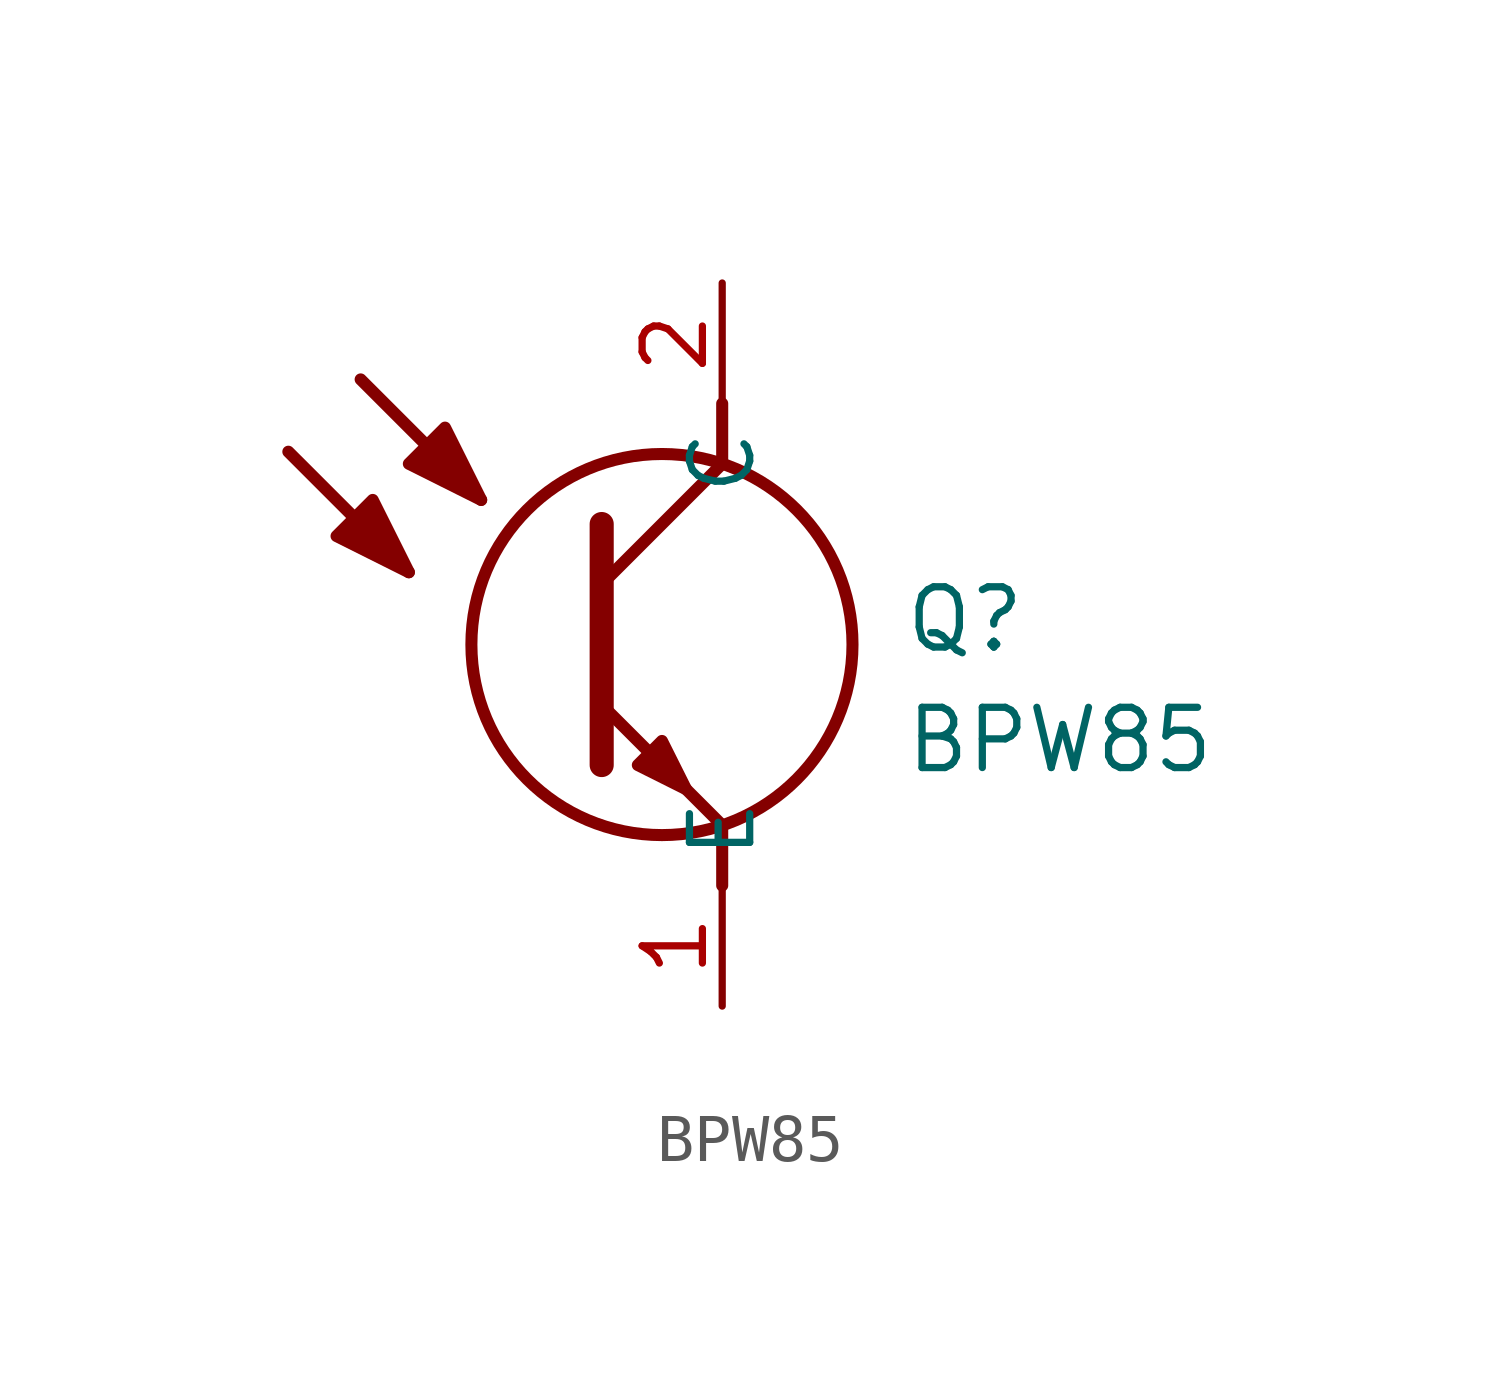
<source format=kicad_sym>
(kicad_symbol_lib
  (version 20211014)
  (generator SamacSys_ECAD_Model)
  (symbol "BPW85"
    (property "Reference" "Q"
      (at 3.81 -6.35 0)
      (effects (font (size 1.27 1.27)) (justify left top)))
    (property "Value" "BPW85"
      (at 3.81 -8.89 0)
      (effects (font (size 1.27 1.27)) (justify left top)))
    (polyline
      (pts (xy -2.54 -5.08) (xy -2.54 -10.16))
      (stroke (width 0.508) (type default))
      (fill (type none)))
    (polyline
      (pts (xy -2.54 -6.35) (xy 0 -3.81))
      (stroke (width 0.254) (type default))
      (fill (type none)))
    (polyline
      (pts (xy 0 -11.43) (xy 0 -12.7))
      (stroke (width 0.254) (type default))
      (fill (type none)))
    (polyline
      (pts (xy 0 -3.81) (xy 0 -2.54))
      (stroke (width 0.254) (type default))
      (fill (type none)))
    (polyline
      (pts (xy -2.54 -8.89) (xy 0 -11.43))
      (stroke (width 0.254) (type default))
      (fill (type none)))
    (polyline
      (pts (xy -7.62 -2.032) (xy -5.08 -4.572))
      (stroke (width 0.254) (type default))
      (fill (type none)))
    (polyline
      (pts (xy -9.144 -3.556) (xy -6.604 -6.096))
      (stroke (width 0.254) (type default))
      (fill (type none)))
    (circle
      (center -1.27 -7.62)
      (radius 4.016)
      (stroke (width 0.254) (type default))
      (fill (type none)))
    (polyline
      (pts (xy -1.778 -10.16) (xy -1.27 -9.652) (xy -0.762 -10.668) (xy -1.778 -10.16))
      (stroke (width 0.254) (type default))
      (fill (type outline)))
    (polyline
      (pts (xy -8.128 -5.334) (xy -7.366 -4.572) (xy -6.604 -6.096) (xy -8.128 -5.334))
      (stroke (width 0.254) (type default))
      (fill (type outline)))
    (polyline
      (pts (xy -6.604 -3.81) (xy -5.842 -3.048) (xy -5.08 -4.572) (xy -6.604 -3.81))
      (stroke (width 0.254) (type default))
      (fill (type outline)))
    (pin passive line
      (at 0 -15.24 90)
      (length 2.54)
      (name "E" (effects (font (size 1.27 1.27))))
      (number "1" (effects (font (size 1.27 1.27)))))
    (pin passive line
      (at 0 0 270)
      (length 2.54)
      (name "C" (effects (font (size 1.27 1.27))))
      (number "2" (effects (font (size 1.27 1.27)))))))
</source>
